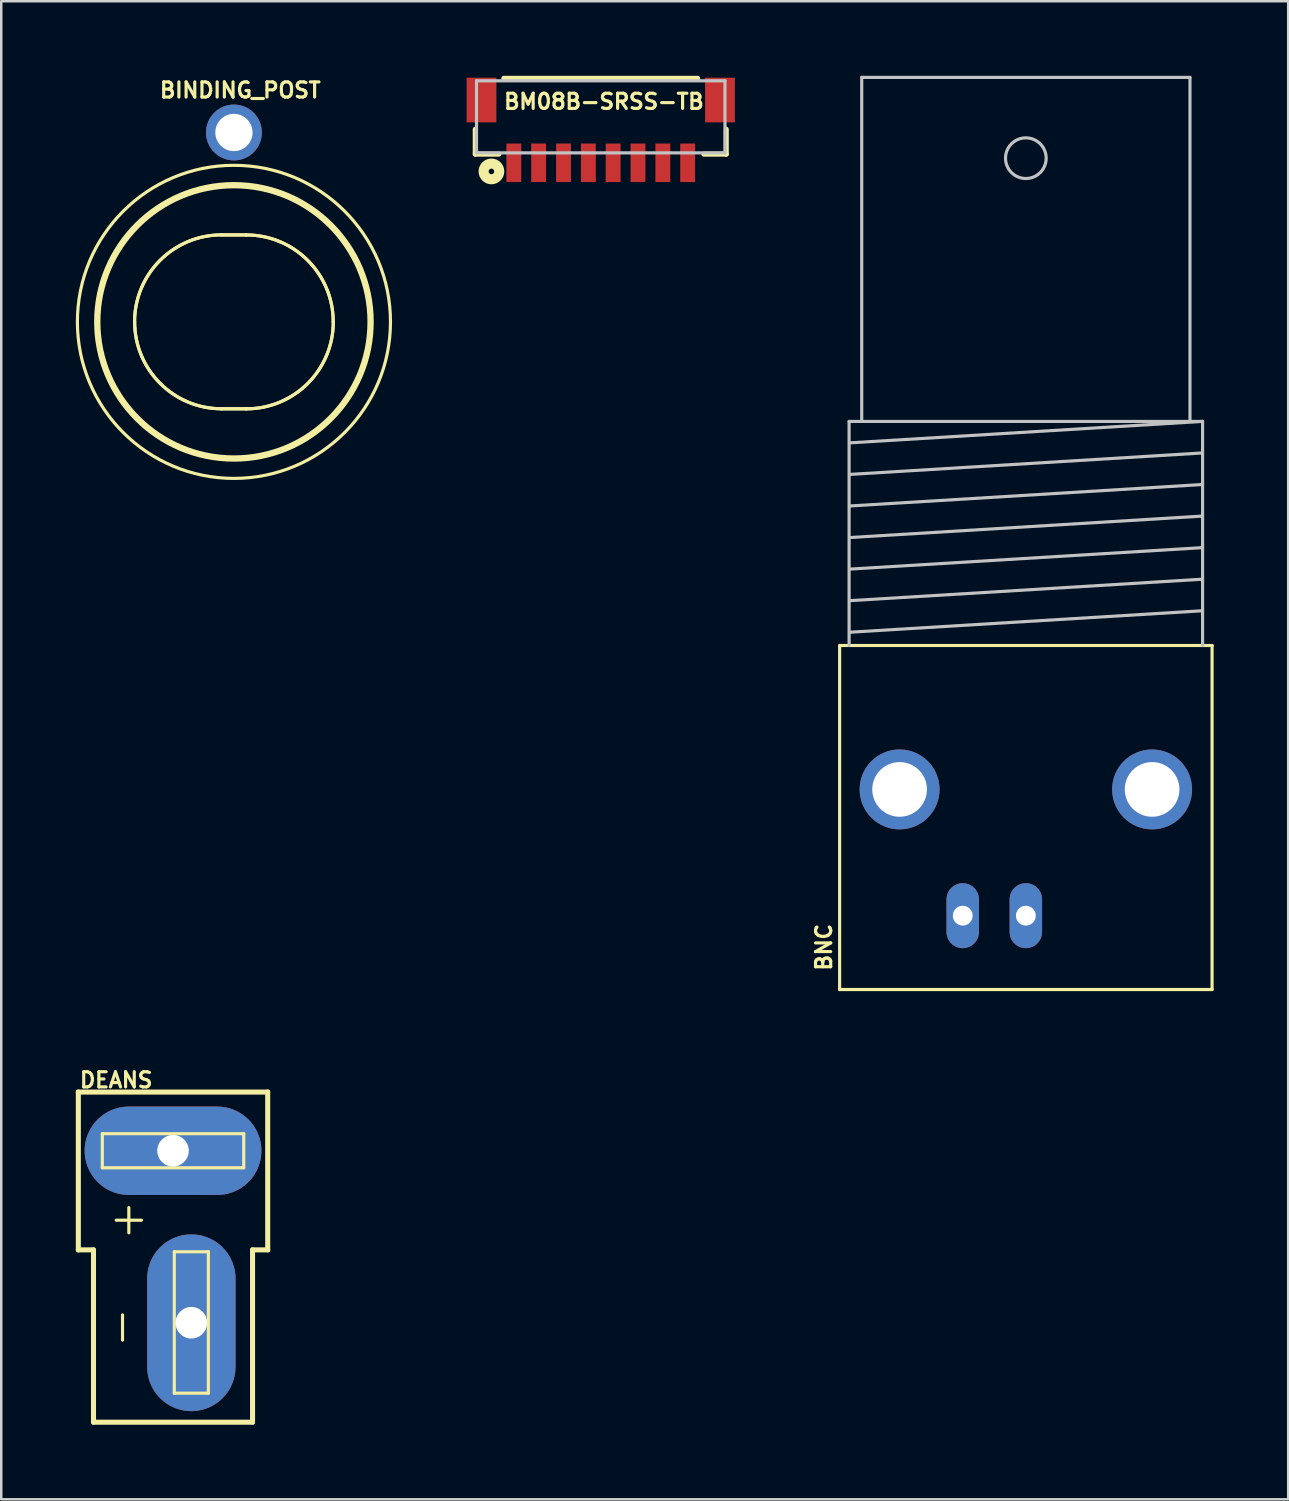
<source format=kicad_pcb>
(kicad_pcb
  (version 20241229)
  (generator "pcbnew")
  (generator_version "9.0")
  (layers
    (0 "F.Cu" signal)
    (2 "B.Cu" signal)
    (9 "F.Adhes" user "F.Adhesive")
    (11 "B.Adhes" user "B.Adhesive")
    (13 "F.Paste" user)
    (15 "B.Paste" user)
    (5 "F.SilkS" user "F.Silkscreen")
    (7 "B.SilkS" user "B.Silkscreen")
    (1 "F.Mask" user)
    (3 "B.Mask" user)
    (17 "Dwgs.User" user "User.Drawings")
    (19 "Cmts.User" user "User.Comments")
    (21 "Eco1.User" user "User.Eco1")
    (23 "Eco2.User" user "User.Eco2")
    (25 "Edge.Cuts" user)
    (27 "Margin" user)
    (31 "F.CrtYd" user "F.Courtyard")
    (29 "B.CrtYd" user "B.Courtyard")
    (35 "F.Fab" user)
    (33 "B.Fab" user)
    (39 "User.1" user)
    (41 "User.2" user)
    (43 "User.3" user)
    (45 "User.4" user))
  (footprint "BM08B-SRSS-TB"
    (layer "F.Cu")
    (at 21.123 3.5)
    (property "Reference" "BM08B-SRSS-TB" (at 0.127 -2.464 0) (layer "F.SilkS") (effects (font (size 0.61 0.61) (thickness 0.127))))
    (attr smd)
    (fp_line (start -5.05 -0.348) (end -5.05 -1.349) (stroke (width 0.203) (type solid)) (layer "F.SilkS"))
    (fp_line (start -4.1 -0.348) (end -5.05 -0.348) (stroke (width 0.203) (type solid)) (layer "F.SilkS"))
    (fp_line (start -3.899 -3.399) (end 3.899 -3.399) (stroke (width 0.203) (type solid)) (layer "F.SilkS"))
    (fp_line (start 5.05 -0.348) (end 4.148 -0.348) (stroke (width 0.203) (type solid)) (layer "F.SilkS"))
    (fp_line (start 5.05 -0.348) (end 5.05 -1.349) (stroke (width 0.203) (type solid)) (layer "F.SilkS"))
    (fp_circle (center -4.399 0.348) (end -4.399 0.236) (stroke (width 0.406) (type solid)) (fill no) (layer "F.SilkS"))
    (fp_line (start -4.999 -3.299) (end 4.999 -3.299) (stroke (width 0.127) (type solid)) (layer "Dwgs.User"))
    (fp_line (start -4.999 -0.399) (end -4.999 -3.299) (stroke (width 0.127) (type solid)) (layer "Dwgs.User"))
    (fp_line (start -4.999 -0.399) (end 4.999 -0.399) (stroke (width 0.127) (type solid)) (layer "Dwgs.User"))
    (fp_line (start 4.999 -0.399) (end 4.999 -3.299) (stroke (width 0.127) (type solid)) (layer "Dwgs.User"))
    (pad "1" smd rect (at -3.498 0 180) (size 0.599 1.549) (layers "F.Cu" "F.Mask" "F.Paste"))
    (pad "2" smd rect (at -2.499 0 180) (size 0.599 1.549) (layers "F.Cu" "F.Mask" "F.Paste"))
    (pad "3" smd rect (at -1.499 0 180) (size 0.599 1.549) (layers "F.Cu" "F.Mask" "F.Paste"))
    (pad "4" smd rect (at -0.498 0 180) (size 0.599 1.549) (layers "F.Cu" "F.Mask" "F.Paste"))
    (pad "5" smd rect (at 0.498 0 180) (size 0.599 1.549) (layers "F.Cu" "F.Mask" "F.Paste"))
    (pad "6" smd rect (at 1.499 0 180) (size 0.599 1.549) (layers "F.Cu" "F.Mask" "F.Paste"))
    (pad "7" smd rect (at 2.499 0 180) (size 0.599 1.549) (layers "F.Cu" "F.Mask" "F.Paste"))
    (pad "8" smd rect (at 3.498 0 180) (size 0.599 1.549) (layers "F.Cu" "F.Mask" "F.Paste"))
    (pad "P$9" smd rect (at 4.798 -2.525 90) (size 1.798 1.199) (layers "F.Cu" "F.Mask" "F.Paste"))
    (pad "P$10" smd rect (at -4.798 -2.525 90) (size 1.798 1.199) (layers "F.Cu" "F.Mask" "F.Paste")))
  (footprint "BINDING_POST"
    (layer "F.Cu")
    (at 6.363 9.901)
    (property "Reference" "BINDING_POST" (at 0.254 -9.322 0) (layer "F.SilkS") (effects (font (size 0.61 0.61) (thickness 0.127))))
    (attr exclude_from_pos_files exclude_from_bom)
    (fp_line (start -0.498 3.498) (end 0.498 3.498) (stroke (width 0.127) (type solid)) (layer "F.SilkS"))
    (fp_line (start -0.498 3.498) (end 0.498 3.498) (stroke (width 0.127) (type solid)) (layer "F.SilkS"))
    (fp_line (start 0.498 -3.498) (end -0.498 -3.498) (stroke (width 0.127) (type solid)) (layer "F.SilkS"))
    (fp_line (start 0.498 -3.498) (end -0.498 -3.498) (stroke (width 0.127) (type solid)) (layer "F.SilkS"))
    (fp_arc (start -3.99796 0) (mid -2.972799 -2.474959) (end -0.49784 -3.50012) (stroke (width 0.127) (type solid)) (layer "F.SilkS"))
    (fp_arc (start -3.99796 0) (mid -2.972799 -2.474959) (end -0.49784 -3.50012) (stroke (width 0.127) (type solid)) (layer "F.SilkS"))
    (fp_arc (start -0.49784 3.49758) (mid -2.971003 2.473163) (end -3.99542 0) (stroke (width 0.127) (type solid)) (layer "F.SilkS"))
    (fp_arc (start -0.49784 3.49758) (mid -2.971003 2.473163) (end -3.99542 0) (stroke (width 0.127) (type solid)) (layer "F.SilkS"))
    (fp_arc (start 0.49784 -3.49758) (mid 2.971003 -2.473163) (end 3.99542 0) (stroke (width 0.127) (type solid)) (layer "F.SilkS"))
    (fp_arc (start 0.49784 -3.49758) (mid 2.971003 -2.473163) (end 3.99542 0) (stroke (width 0.127) (type solid)) (layer "F.SilkS"))
    (fp_arc (start 3.99796 0) (mid 2.972799 2.474959) (end 0.49784 3.50012) (stroke (width 0.127) (type solid)) (layer "F.SilkS"))
    (fp_arc (start 3.99796 0) (mid 2.972799 2.474959) (end 0.49784 3.50012) (stroke (width 0.127) (type solid)) (layer "F.SilkS"))
    (fp_circle (center 0 0) (end 0 -6.299) (stroke (width 0.127) (type solid)) (fill no) (layer "F.SilkS"))
    (fp_circle (center 0 0) (end 0 -5.499) (stroke (width 0.127) (type solid)) (fill no) (layer "F.SilkS"))
    (fp_circle (center 0 0) (end 0 -5.499) (stroke (width 0.254) (type solid)) (fill no) (layer "F.SilkS"))
    (pad "P$1" thru_hole circle (at 0 -7.62) (size 2.248 2.248) (drill 1.499) (layers "*.Cu" "*.Paste" "*.Mask")))
  (footprint "BNC"
    (layer "F.Cu")
    (at 38.228 33.795)
    (property "Reference" "BNC" (at -8.128 1.27 90) (layer "F.SilkS") (effects (font (size 0.61 0.61) (thickness 0.127))))
    (attr exclude_from_pos_files exclude_from_bom)
    (fp_line (start -7.493 -10.871) (end -7.493 2.972) (stroke (width 0.127) (type solid)) (layer "F.SilkS"))
    (fp_line (start -7.493 2.972) (end 7.493 2.972) (stroke (width 0.127) (type solid)) (layer "F.SilkS"))
    (fp_line (start 7.493 -10.871) (end -7.493 -10.871) (stroke (width 0.127) (type solid)) (layer "F.SilkS"))
    (fp_line (start 7.493 2.972) (end 7.493 -10.871) (stroke (width 0.127) (type solid)) (layer "F.SilkS"))
    (fp_line (start -7.112 -19.888) (end -6.604 -19.888) (stroke (width 0.127) (type solid)) (layer "Dwgs.User"))
    (fp_line (start -7.112 -10.871) (end -7.112 -19.888) (stroke (width 0.127) (type solid)) (layer "Dwgs.User"))
    (fp_line (start -7.087 -19.025) (end 7.087 -19.888) (stroke (width 0.127) (type solid)) (layer "Dwgs.User"))
    (fp_line (start -7.087 -17.755) (end 7.087 -18.618) (stroke (width 0.127) (type solid)) (layer "Dwgs.User"))
    (fp_line (start -7.087 -16.485) (end 7.087 -17.348) (stroke (width 0.127) (type solid)) (layer "Dwgs.User"))
    (fp_line (start -7.087 -15.215) (end 7.087 -16.078) (stroke (width 0.127) (type solid)) (layer "Dwgs.User"))
    (fp_line (start -7.087 -13.945) (end 7.087 -14.808) (stroke (width 0.127) (type solid)) (layer "Dwgs.User"))
    (fp_line (start -7.087 -12.675) (end 7.087 -13.538) (stroke (width 0.127) (type solid)) (layer "Dwgs.User"))
    (fp_line (start -7.087 -11.405) (end 7.087 -12.268) (stroke (width 0.127) (type solid)) (layer "Dwgs.User"))
    (fp_line (start -6.604 -33.731) (end -6.604 -19.888) (stroke (width 0.127) (type solid)) (layer "Dwgs.User"))
    (fp_line (start -6.604 -19.888) (end 6.604 -19.888) (stroke (width 0.127) (type solid)) (layer "Dwgs.User"))
    (fp_line (start 6.604 -33.731) (end -6.604 -33.731) (stroke (width 0.127) (type solid)) (layer "Dwgs.User"))
    (fp_line (start 6.604 -19.888) (end 6.604 -33.731) (stroke (width 0.127) (type solid)) (layer "Dwgs.User"))
    (fp_line (start 6.604 -19.888) (end 7.087 -19.888) (stroke (width 0.127) (type solid)) (layer "Dwgs.User"))
    (fp_line (start 7.087 -19.888) (end 7.112 -19.888) (stroke (width 0.127) (type solid)) (layer "Dwgs.User"))
    (fp_line (start 7.112 -19.888) (end 7.112 -10.871) (stroke (width 0.127) (type solid)) (layer "Dwgs.User"))
    (fp_circle (center 0 -30.48) (end 0 -31.298) (stroke (width 0.127) (type solid)) (fill no) (layer "Dwgs.User"))
    (pad "3" thru_hole circle (at -5.08 -5.08) (size 3.216 3.216) (drill 2.2) (layers "*.Cu" "*.Paste" "*.Mask"))
    (pad "4" thru_hole circle (at 5.08 -5.08) (size 3.216 3.216) (drill 2.2) (layers "*.Cu" "*.Paste" "*.Mask"))
    (pad "GND" thru_hole oval (at -2.54 0 180) (size 1.306 2.614) (drill 0.798) (layers "*.Cu" "*.Paste" "*.Mask"))
    (pad "S" thru_hole oval (at 0 0 180) (size 1.306 2.614) (drill 0.798) (layers "*.Cu" "*.Paste" "*.Mask")))
  (footprint "DEANS"
    (layer "F.Cu")
    (at 3.912 43.254)
    (property "Reference" "DEANS" (at -2.286 -2.845 0) (layer "F.SilkS") (effects (font (size 0.61 0.61) (thickness 0.127))))
    (attr exclude_from_pos_files exclude_from_bom)
    (fp_line (start -3.81 -2.362) (end 3.81 -2.362) (stroke (width 0.203) (type solid)) (layer "F.SilkS"))
    (fp_line (start -3.81 3.988) (end -3.81 -2.362) (stroke (width 0.203) (type solid)) (layer "F.SilkS"))
    (fp_line (start -3.81 3.988) (end -3.2 3.988) (stroke (width 0.203) (type solid)) (layer "F.SilkS"))
    (fp_line (start -3.2 10.922) (end -3.2 3.988) (stroke (width 0.203) (type solid)) (layer "F.SilkS"))
    (fp_line (start -3.2 10.922) (end 3.2 10.922) (stroke (width 0.203) (type solid)) (layer "F.SilkS"))
    (fp_line (start -2.845 -0.686) (end 2.845 -0.686) (stroke (width 0.127) (type solid)) (layer "F.SilkS"))
    (fp_line (start -2.845 0.686) (end -2.845 -0.686) (stroke (width 0.127) (type solid)) (layer "F.SilkS"))
    (fp_line (start -2.286 2.794) (end -1.27 2.794) (stroke (width 0.127) (type solid)) (layer "F.SilkS"))
    (fp_line (start -2.032 7.62) (end -2.032 6.604) (stroke (width 0.127) (type solid)) (layer "F.SilkS"))
    (fp_line (start -1.778 2.286) (end -1.778 3.302) (stroke (width 0.127) (type solid)) (layer "F.SilkS"))
    (fp_line (start 0.051 4.064) (end 1.422 4.064) (stroke (width 0.127) (type solid)) (layer "F.SilkS"))
    (fp_line (start 0.051 9.754) (end 0.051 4.064) (stroke (width 0.127) (type solid)) (layer "F.SilkS"))
    (fp_line (start 0.051 9.754) (end 1.422 9.754) (stroke (width 0.127) (type solid)) (layer "F.SilkS"))
    (fp_line (start 1.422 4.064) (end 1.422 9.754) (stroke (width 0.127) (type solid)) (layer "F.SilkS"))
    (fp_line (start 2.845 0.686) (end -2.845 0.686) (stroke (width 0.127) (type solid)) (layer "F.SilkS"))
    (fp_line (start 2.845 0.686) (end 2.845 -0.686) (stroke (width 0.127) (type solid)) (layer "F.SilkS"))
    (fp_line (start 3.2 3.988) (end 3.81 3.988) (stroke (width 0.203) (type solid)) (layer "F.SilkS"))
    (fp_line (start 3.2 10.922) (end 3.2 3.988) (stroke (width 0.203) (type solid)) (layer "F.SilkS"))
    (fp_line (start 3.81 3.988) (end 3.81 -2.362) (stroke (width 0.203) (type solid)) (layer "F.SilkS"))
    (pad "+" thru_hole oval (at 0 0 90) (size 3.556 7.112) (drill 1.27) (layers "*.Cu" "*.Paste" "*.Mask"))
    (pad "-" thru_hole oval (at 0.737 6.921 180) (size 3.556 7.112) (drill 1.27) (layers "*.Cu" "*.Paste" "*.Mask")))
  (gr_rect
    (start -3 -3)
    (end 48.784 57.278)
    (stroke (width 0.1) (type default))
    (fill no)
    (layer "Edge.Cuts")))
</source>
